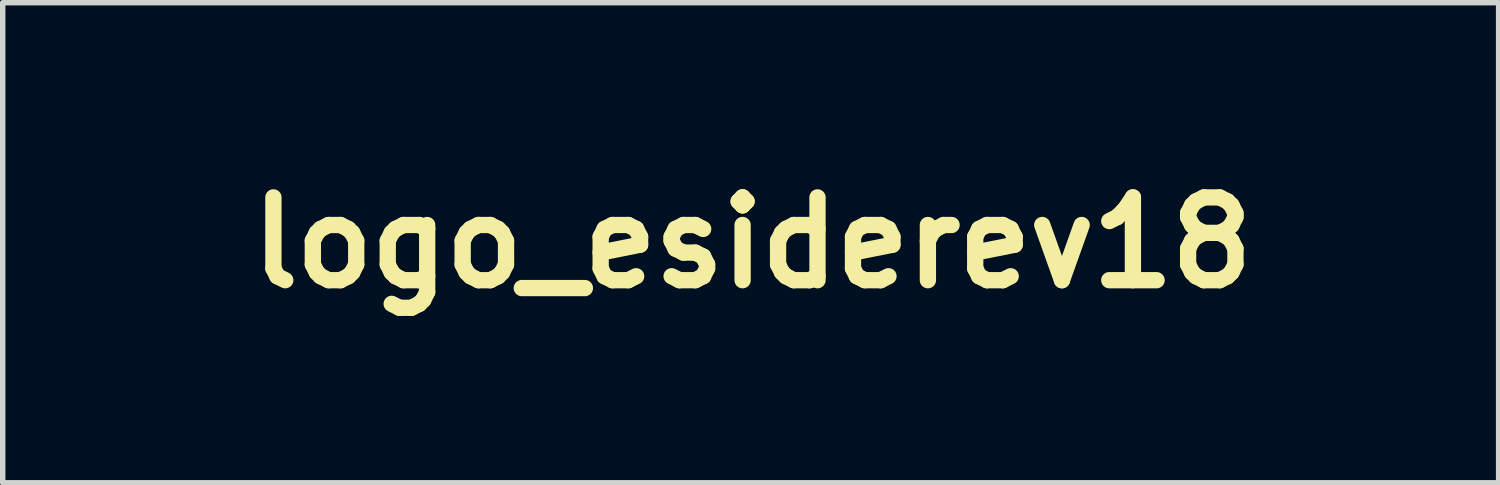
<source format=kicad_pcb>
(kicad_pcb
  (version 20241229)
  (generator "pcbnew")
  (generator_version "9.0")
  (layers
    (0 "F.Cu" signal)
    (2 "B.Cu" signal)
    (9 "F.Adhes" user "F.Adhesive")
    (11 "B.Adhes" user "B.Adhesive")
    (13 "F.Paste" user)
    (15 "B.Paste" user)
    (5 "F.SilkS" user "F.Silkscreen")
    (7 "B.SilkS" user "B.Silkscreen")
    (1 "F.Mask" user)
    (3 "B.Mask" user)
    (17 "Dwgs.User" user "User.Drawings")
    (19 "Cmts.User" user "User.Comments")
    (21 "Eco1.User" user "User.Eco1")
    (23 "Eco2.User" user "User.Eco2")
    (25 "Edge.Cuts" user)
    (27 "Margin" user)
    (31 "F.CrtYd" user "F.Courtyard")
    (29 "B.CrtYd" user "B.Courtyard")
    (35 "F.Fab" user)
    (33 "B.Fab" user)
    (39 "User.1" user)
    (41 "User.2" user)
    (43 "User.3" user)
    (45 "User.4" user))
  (footprint "logo_esiderev18"
    (layer "F.Cu")
    (at 10.8 1.418)
    (property "Reference" "logo_esiderev18" (at 0 0 0) (layer "F.SilkS") (effects (font (size 1.524 1.524) (thickness 0.3))))
    (attr through_hole)
    (fp_poly (pts (xy -6.223 -0.804) (xy -6.54 -0.804) (xy -6.54 -1.185) (xy -6.223 -1.185) (xy -6.223 -0.804)) (stroke (width 0.01) (type solid)) (fill yes) (layer "F.Mask"))
    (fp_poly (pts (xy -6.223 1.122) (xy -6.54 1.122) (xy -6.54 -0.55) (xy -6.223 -0.55) (xy -6.223 1.122)) (stroke (width 0.01) (type solid)) (fill yes) (layer "F.Mask"))
    (fp_poly (pts (xy 7.795 -1.012) (xy 7.936 -1.001) (xy 8.042 -0.98) (xy 8.122 -0.947) (xy 8.181 -0.898) (xy 8.218 -0.85) (xy 8.229 -0.831) (xy 8.238 -0.811) (xy 8.246 -0.787) (xy 8.252 -0.753) (xy 8.257 -0.708) (xy 8.261 -0.646) (xy 8.264 -0.563) (xy 8.266 -0.456) (xy 8.268 -0.32) (xy 8.269 -0.152) (xy 8.271 0.052) (xy 8.272 0.175) (xy 8.278 1.122) (xy 7.916 1.122) (xy 7.916 0.279) (xy 7.916 0.06) (xy 7.915 -0.12) (xy 7.914 -0.266) (xy 7.911 -0.38) (xy 7.908 -0.466) (xy 7.904 -0.528) (xy 7.898 -0.57) (xy 7.891 -0.595) (xy 7.887 -0.603) (xy 7.857 -0.628) (xy 7.805 -0.643) (xy 7.721 -0.652) (xy 7.718 -0.652) (xy 7.578 -0.661) (xy 7.578 -1.022) (xy 7.795 -1.012)) (stroke (width 0.01) (type solid)) (fill yes) (layer "F.Mask"))
    (fp_poly (pts (xy 4.27 -1.011) (xy 4.473 -1.005) (xy 4.795 -0.159) (xy 4.863 0.022) (xy 4.928 0.191) (xy 4.986 0.344) (xy 5.037 0.477) (xy 5.079 0.586) (xy 5.109 0.667) (xy 5.128 0.714) (xy 5.132 0.725) (xy 5.168 0.762) (xy 5.225 0.778) (xy 5.282 0.767) (xy 5.285 0.765) (xy 5.304 0.741) (xy 5.335 0.678) (xy 5.381 0.579) (xy 5.44 0.441) (xy 5.512 0.264) (xy 5.599 0.048) (xy 5.672 -0.136) (xy 6.02 -1.016) (xy 6.219 -1.016) (xy 6.312 -1.015) (xy 6.37 -1.012) (xy 6.4 -1.005) (xy 6.41 -0.993) (xy 6.408 -0.979) (xy 6.393 -0.937) (xy 6.365 -0.862) (xy 6.326 -0.759) (xy 6.276 -0.633) (xy 6.218 -0.488) (xy 6.155 -0.328) (xy 6.087 -0.16) (xy 6.017 0.013) (xy 5.947 0.186) (xy 5.879 0.354) (xy 5.813 0.512) (xy 5.754 0.656) (xy 5.702 0.781) (xy 5.659 0.883) (xy 5.627 0.956) (xy 5.608 0.996) (xy 5.605 1.001) (xy 5.529 1.073) (xy 5.422 1.12) (xy 5.282 1.141) (xy 5.227 1.143) (xy 5.127 1.139) (xy 5.051 1.126) (xy 4.984 1.1) (xy 4.975 1.095) (xy 4.91 1.056) (xy 4.858 1.011) (xy 4.844 0.995) (xy 4.829 0.965) (xy 4.801 0.899) (xy 4.761 0.802) (xy 4.712 0.678) (xy 4.654 0.53) (xy 4.589 0.362) (xy 4.519 0.179) (xy 4.446 -0.015) (xy 4.437 -0.038) (xy 4.068 -1.017) (xy 4.27 -1.011)) (stroke (width 0.01) (type solid)) (fill yes) (layer "F.Mask"))
    (fp_poly (pts (xy 0.355 -1.012) (xy 1.048 -1.005) (xy 1.169 -0.946) (xy 1.302 -0.859) (xy 1.402 -0.747) (xy 1.468 -0.611) (xy 1.498 -0.452) (xy 1.498 -0.331) (xy 1.47 -0.162) (xy 1.411 -0.016) (xy 1.322 0.104) (xy 1.205 0.194) (xy 1.169 0.214) (xy 1.111 0.241) (xy 1.072 0.261) (xy 1.062 0.266) (xy 1.07 0.285) (xy 1.097 0.335) (xy 1.139 0.411) (xy 1.194 0.508) (xy 1.258 0.621) (xy 1.293 0.681) (xy 1.362 0.8) (xy 1.424 0.907) (xy 1.475 0.996) (xy 1.514 1.062) (xy 1.535 1.1) (xy 1.539 1.106) (xy 1.523 1.113) (xy 1.474 1.118) (xy 1.4 1.121) (xy 1.348 1.122) (xy 1.148 1.122) (xy 0.907 0.714) (xy 0.666 0.307) (xy 0.354 0.301) (xy 0.042 0.295) (xy 0.042 1.122) (xy -0.343 1.122) (xy -0.335 0.63) (xy -0.333 0.47) (xy -0.33 0.347) (xy -0.326 0.255) (xy -0.321 0.188) (xy -0.314 0.14) (xy -0.304 0.106) (xy -0.292 0.079) (xy -0.288 0.071) (xy -0.265 0.036) (xy -0.24 0.008) (xy -0.208 -0.013) (xy -0.163 -0.029) (xy -0.102 -0.041) (xy -0.018 -0.049) (xy 0.093 -0.055) (xy 0.236 -0.059) (xy 0.413 -0.063) (xy 0.599 -0.067) (xy 0.746 -0.073) (xy 0.858 -0.078) (xy 0.938 -0.086) (xy 0.989 -0.094) (xy 1.013 -0.102) (xy 1.055 -0.143) (xy 1.096 -0.209) (xy 1.128 -0.283) (xy 1.142 -0.35) (xy 1.143 -0.354) (xy 1.13 -0.429) (xy 1.096 -0.51) (xy 1.05 -0.579) (xy 1.019 -0.607) (xy 1 -0.618) (xy 0.974 -0.627) (xy 0.938 -0.634) (xy 0.885 -0.639) (xy 0.812 -0.643) (xy 0.713 -0.646) (xy 0.584 -0.649) (xy 0.421 -0.651) (xy 0.312 -0.652) (xy -0.339 -0.658) (xy -0.339 -1.019) (xy 0.355 -1.012)) (stroke (width 0.01) (type solid)) (fill yes) (layer "F.Mask"))
    (fp_poly (pts (xy -3.942 -0.323) (xy -3.944 -0.079) (xy -3.947 0.125) (xy -3.95 0.296) (xy -3.954 0.436) (xy -3.961 0.549) (xy -3.97 0.64) (xy -3.981 0.713) (xy -3.996 0.77) (xy -4.015 0.817) (xy -4.038 0.857) (xy -4.066 0.894) (xy -4.099 0.932) (xy -4.102 0.936) (xy -4.159 0.993) (xy -4.215 1.037) (xy -4.279 1.068) (xy -4.358 1.09) (xy -4.458 1.104) (xy -4.587 1.111) (xy -4.731 1.115) (xy -4.914 1.115) (xy -5.06 1.111) (xy -5.167 1.101) (xy -5.207 1.094) (xy -5.365 1.04) (xy -5.493 0.957) (xy -5.594 0.843) (xy -5.64 0.763) (xy -5.697 0.613) (xy -5.729 0.444) (xy -5.737 0.277) (xy -5.407 0.277) (xy -5.4 0.412) (xy -5.376 0.534) (xy -5.348 0.607) (xy -5.304 0.677) (xy -5.249 0.729) (xy -5.178 0.765) (xy -5.084 0.787) (xy -4.961 0.798) (xy -4.803 0.799) (xy -4.784 0.799) (xy -4.657 0.795) (xy -4.565 0.789) (xy -4.5 0.78) (xy -4.452 0.766) (xy -4.427 0.755) (xy -4.379 0.723) (xy -4.342 0.684) (xy -4.315 0.631) (xy -4.296 0.558) (xy -4.284 0.46) (xy -4.278 0.332) (xy -4.276 0.168) (xy -4.276 0.153) (xy -4.276 -0.233) (xy -4.694 -0.232) (xy -4.864 -0.231) (xy -4.997 -0.226) (xy -5.1 -0.217) (xy -5.177 -0.201) (xy -5.234 -0.179) (xy -5.278 -0.147) (xy -5.314 -0.105) (xy -5.33 -0.081) (xy -5.372 0.017) (xy -5.397 0.14) (xy -5.407 0.277) (xy -5.737 0.277) (xy -5.737 0.266) (xy -5.723 0.088) (xy -5.685 -0.078) (xy -5.625 -0.223) (xy -5.591 -0.279) (xy -5.533 -0.352) (xy -5.467 -0.408) (xy -5.378 -0.46) (xy -5.367 -0.466) (xy -5.222 -0.54) (xy -4.749 -0.547) (xy -4.276 -0.554) (xy -4.276 -1.27) (xy -3.934 -1.27) (xy -3.942 -0.323)) (stroke (width 0.01) (type solid)) (fill yes) (layer "F.Mask"))
    (fp_poly (pts (xy -2.352 -0.548) (xy -2.259 -0.546) (xy -2.187 -0.54) (xy -2.13 -0.531) (xy -2.088 -0.52) (xy -1.959 -0.467) (xy -1.864 -0.392) (xy -1.8 -0.29) (xy -1.765 -0.16) (xy -1.757 -0.04) (xy -1.766 0.094) (xy -1.794 0.198) (xy -1.848 0.278) (xy -1.93 0.343) (xy -1.98 0.37) (xy -2.106 0.434) (xy -3.111 0.449) (xy -3.111 0.552) (xy -3.106 0.627) (xy -3.083 0.682) (xy -3.05 0.725) (xy -2.988 0.794) (xy -2.404 0.8) (xy -1.82 0.807) (xy -1.82 1.122) (xy -2.376 1.12) (xy -2.53 1.118) (xy -2.675 1.116) (xy -2.803 1.112) (xy -2.909 1.108) (xy -2.984 1.104) (xy -3.02 1.1) (xy -3.16 1.053) (xy -3.274 0.977) (xy -3.356 0.872) (xy -3.398 0.774) (xy -3.411 0.706) (xy -3.42 0.606) (xy -3.427 0.483) (xy -3.43 0.347) (xy -3.43 0.207) (xy -3.427 0.072) (xy -3.426 0.062) (xy -3.111 0.062) (xy -3.111 0.191) (xy -2.687 0.191) (xy -2.526 0.19) (xy -2.401 0.187) (xy -2.309 0.182) (xy -2.243 0.174) (xy -2.2 0.164) (xy -2.192 0.161) (xy -2.12 0.111) (xy -2.08 0.041) (xy -2.072 -0.04) (xy -2.098 -0.121) (xy -2.136 -0.171) (xy -2.198 -0.233) (xy -2.569 -0.233) (xy -2.734 -0.231) (xy -2.861 -0.226) (xy -2.949 -0.218) (xy -2.996 -0.208) (xy -3.058 -0.159) (xy -3.096 -0.078) (xy -3.111 0.037) (xy -3.111 0.062) (xy -3.426 0.062) (xy -3.42 -0.047) (xy -3.411 -0.142) (xy -3.4 -0.196) (xy -3.349 -0.318) (xy -3.274 -0.41) (xy -3.168 -0.481) (xy -3.168 -0.482) (xy -3.129 -0.501) (xy -3.094 -0.516) (xy -3.054 -0.526) (xy -3.003 -0.534) (xy -2.935 -0.539) (xy -2.842 -0.542) (xy -2.717 -0.545) (xy -2.631 -0.547) (xy -2.474 -0.549) (xy -2.352 -0.548)) (stroke (width 0.01) (type solid)) (fill yes) (layer "F.Mask"))
    (fp_poly (pts (xy -7.091 -0.235) (xy -7.622 -0.229) (xy -7.785 -0.227) (xy -7.912 -0.224) (xy -8.006 -0.222) (xy -8.074 -0.218) (xy -8.12 -0.213) (xy -8.151 -0.206) (xy -8.171 -0.196) (xy -8.185 -0.183) (xy -8.193 -0.172) (xy -8.223 -0.115) (xy -8.234 -0.052) (xy -8.23 0.014) (xy -8.214 0.064) (xy -8.181 0.1) (xy -8.127 0.124) (xy -8.045 0.139) (xy -7.932 0.146) (xy -7.782 0.149) (xy -7.775 0.149) (xy -7.612 0.151) (xy -7.485 0.158) (xy -7.385 0.17) (xy -7.305 0.19) (xy -7.238 0.217) (xy -7.19 0.246) (xy -7.109 0.319) (xy -7.057 0.413) (xy -7.033 0.535) (xy -7.032 0.66) (xy -7.04 0.753) (xy -7.053 0.818) (xy -7.075 0.871) (xy -7.103 0.915) (xy -7.173 0.989) (xy -7.261 1.052) (xy -7.271 1.057) (xy -7.303 1.073) (xy -7.334 1.086) (xy -7.368 1.095) (xy -7.412 1.102) (xy -7.47 1.108) (xy -7.549 1.111) (xy -7.654 1.114) (xy -7.79 1.116) (xy -7.953 1.118) (xy -8.53 1.125) (xy -8.53 0.804) (xy -8.025 0.804) (xy -7.843 0.804) (xy -7.699 0.801) (xy -7.588 0.796) (xy -7.505 0.787) (xy -7.445 0.775) (xy -7.405 0.759) (xy -7.378 0.738) (xy -7.366 0.719) (xy -7.346 0.648) (xy -7.351 0.566) (xy -7.377 0.495) (xy -7.385 0.484) (xy -7.402 0.466) (xy -7.422 0.452) (xy -7.452 0.443) (xy -7.499 0.436) (xy -7.569 0.431) (xy -7.669 0.426) (xy -7.793 0.422) (xy -7.96 0.415) (xy -8.091 0.405) (xy -8.193 0.391) (xy -8.272 0.371) (xy -8.336 0.344) (xy -8.39 0.308) (xy -8.426 0.276) (xy -8.499 0.179) (xy -8.542 0.061) (xy -8.555 -0.066) (xy -8.538 -0.195) (xy -8.491 -0.315) (xy -8.417 -0.415) (xy -8.375 -0.453) (xy -8.331 -0.483) (xy -8.28 -0.506) (xy -8.216 -0.524) (xy -8.133 -0.536) (xy -8.028 -0.544) (xy -7.894 -0.548) (xy -7.726 -0.55) (xy -7.598 -0.55) (xy -7.091 -0.55) (xy -7.091 -0.235)) (stroke (width 0.01) (type solid)) (fill yes) (layer "F.Mask"))
    (fp_poly (pts (xy -9.017 -0.656) (xy -9.594 -0.655) (xy -9.806 -0.654) (xy -9.976 -0.65) (xy -10.105 -0.645) (xy -10.194 -0.638) (xy -10.244 -0.629) (xy -10.244 -0.629) (xy -10.324 -0.581) (xy -10.38 -0.51) (xy -10.409 -0.425) (xy -10.41 -0.336) (xy -10.382 -0.252) (xy -10.325 -0.184) (xy -10.303 -0.169) (xy -10.281 -0.157) (xy -10.255 -0.147) (xy -10.22 -0.14) (xy -10.172 -0.135) (xy -10.106 -0.131) (xy -10.015 -0.129) (xy -9.895 -0.128) (xy -9.741 -0.127) (xy -9.636 -0.127) (xy -9.038 -0.127) (xy -9.038 0.209) (xy -9.65 0.216) (xy -9.828 0.218) (xy -9.968 0.22) (xy -10.076 0.222) (xy -10.157 0.226) (xy -10.215 0.231) (xy -10.256 0.237) (xy -10.285 0.245) (xy -10.307 0.256) (xy -10.323 0.267) (xy -10.384 0.337) (xy -10.417 0.426) (xy -10.419 0.522) (xy -10.391 0.612) (xy -10.345 0.672) (xy -10.312 0.697) (xy -10.269 0.718) (xy -10.212 0.733) (xy -10.135 0.745) (xy -10.034 0.753) (xy -9.904 0.758) (xy -9.742 0.761) (xy -9.562 0.761) (xy -9.017 0.762) (xy -9.017 1.122) (xy -9.604 1.119) (xy -9.764 1.118) (xy -9.916 1.116) (xy -10.053 1.112) (xy -10.167 1.108) (xy -10.253 1.103) (xy -10.303 1.098) (xy -10.445 1.059) (xy -10.571 0.994) (xy -10.674 0.909) (xy -10.747 0.808) (xy -10.774 0.741) (xy -10.785 0.681) (xy -10.792 0.598) (xy -10.795 0.517) (xy -10.782 0.375) (xy -10.74 0.261) (xy -10.667 0.167) (xy -10.597 0.112) (xy -10.542 0.074) (xy -10.517 0.051) (xy -10.519 0.036) (xy -10.543 0.021) (xy -10.546 0.02) (xy -10.653 -0.058) (xy -10.731 -0.164) (xy -10.778 -0.295) (xy -10.792 -0.446) (xy -10.79 -0.484) (xy -10.763 -0.637) (xy -10.705 -0.763) (xy -10.614 -0.864) (xy -10.612 -0.865) (xy -10.566 -0.901) (xy -10.523 -0.93) (xy -10.476 -0.953) (xy -10.421 -0.971) (xy -10.352 -0.984) (xy -10.266 -0.994) (xy -10.156 -1.001) (xy -10.018 -1.005) (xy -9.847 -1.009) (xy -9.678 -1.011) (xy -9.017 -1.019) (xy -9.017 -0.656)) (stroke (width 0.01) (type solid)) (fill yes) (layer "F.Mask"))
    (fp_poly (pts (xy 3.704 -0.656) (xy 3.127 -0.655) (xy 2.916 -0.654) (xy 2.745 -0.65) (xy 2.616 -0.645) (xy 2.527 -0.638) (xy 2.478 -0.629) (xy 2.477 -0.629) (xy 2.397 -0.581) (xy 2.342 -0.51) (xy 2.313 -0.425) (xy 2.311 -0.336) (xy 2.339 -0.252) (xy 2.396 -0.184) (xy 2.418 -0.169) (xy 2.44 -0.157) (xy 2.466 -0.147) (xy 2.501 -0.14) (xy 2.549 -0.135) (xy 2.615 -0.131) (xy 2.706 -0.129) (xy 2.826 -0.128) (xy 2.98 -0.127) (xy 3.085 -0.127) (xy 3.683 -0.127) (xy 3.683 0.209) (xy 3.071 0.216) (xy 2.893 0.218) (xy 2.753 0.22) (xy 2.645 0.222) (xy 2.564 0.226) (xy 2.506 0.231) (xy 2.465 0.237) (xy 2.436 0.245) (xy 2.415 0.256) (xy 2.399 0.267) (xy 2.337 0.337) (xy 2.304 0.426) (xy 2.302 0.522) (xy 2.33 0.612) (xy 2.376 0.672) (xy 2.409 0.697) (xy 2.452 0.718) (xy 2.51 0.733) (xy 2.586 0.745) (xy 2.687 0.753) (xy 2.817 0.758) (xy 2.98 0.761) (xy 3.159 0.761) (xy 3.704 0.762) (xy 3.704 1.122) (xy 3.117 1.119) (xy 2.957 1.118) (xy 2.805 1.116) (xy 2.669 1.112) (xy 2.554 1.108) (xy 2.468 1.103) (xy 2.418 1.098) (xy 2.276 1.059) (xy 2.15 0.994) (xy 2.047 0.909) (xy 1.974 0.808) (xy 1.947 0.741) (xy 1.936 0.681) (xy 1.929 0.598) (xy 1.926 0.517) (xy 1.939 0.375) (xy 1.981 0.261) (xy 2.055 0.167) (xy 2.124 0.112) (xy 2.179 0.074) (xy 2.204 0.051) (xy 2.202 0.036) (xy 2.178 0.021) (xy 2.176 0.02) (xy 2.068 -0.058) (xy 1.99 -0.164) (xy 1.943 -0.295) (xy 1.929 -0.446) (xy 1.931 -0.484) (xy 1.958 -0.637) (xy 2.017 -0.763) (xy 2.108 -0.864) (xy 2.11 -0.865) (xy 2.155 -0.901) (xy 2.199 -0.93) (xy 2.245 -0.953) (xy 2.3 -0.971) (xy 2.369 -0.984) (xy 2.455 -0.994) (xy 2.565 -1.001) (xy 2.703 -1.005) (xy 2.874 -1.009) (xy 3.043 -1.011) (xy 3.704 -1.019) (xy 3.704 -0.656)) (stroke (width 0.01) (type solid)) (fill yes) (layer "F.Mask"))
    (fp_poly (pts (xy 10.418 -0.938) (xy 10.544 -0.862) (xy 10.635 -0.766) (xy 10.695 -0.646) (xy 10.711 -0.59) (xy 10.729 -0.44) (xy 10.713 -0.298) (xy 10.664 -0.17) (xy 10.586 -0.063) (xy 10.531 -0.017) (xy 10.439 0.048) (xy 10.536 0.114) (xy 10.622 0.187) (xy 10.68 0.275) (xy 10.715 0.385) (xy 10.728 0.512) (xy 10.721 0.671) (xy 10.68 0.803) (xy 10.606 0.912) (xy 10.495 1.001) (xy 10.368 1.063) (xy 10.324 1.079) (xy 10.277 1.091) (xy 10.221 1.099) (xy 10.148 1.105) (xy 10.051 1.109) (xy 9.923 1.112) (xy 9.832 1.113) (xy 9.694 1.114) (xy 9.563 1.113) (xy 9.447 1.11) (xy 9.356 1.106) (xy 9.299 1.1) (xy 9.297 1.099) (xy 9.148 1.057) (xy 9.019 0.988) (xy 8.916 0.897) (xy 8.847 0.788) (xy 8.829 0.742) (xy 8.817 0.678) (xy 8.808 0.592) (xy 8.805 0.515) (xy 8.809 0.481) (xy 9.165 0.481) (xy 9.17 0.556) (xy 9.188 0.61) (xy 9.224 0.657) (xy 9.281 0.705) (xy 9.346 0.738) (xy 9.356 0.741) (xy 9.401 0.747) (xy 9.48 0.751) (xy 9.584 0.755) (xy 9.704 0.756) (xy 9.8 0.755) (xy 9.94 0.753) (xy 10.045 0.75) (xy 10.121 0.744) (xy 10.175 0.737) (xy 10.214 0.725) (xy 10.239 0.714) (xy 10.31 0.654) (xy 10.355 0.573) (xy 10.371 0.482) (xy 10.36 0.391) (xy 10.322 0.31) (xy 10.256 0.249) (xy 10.245 0.244) (xy 10.198 0.231) (xy 10.118 0.221) (xy 10.012 0.214) (xy 9.89 0.21) (xy 9.76 0.209) (xy 9.63 0.21) (xy 9.51 0.215) (xy 9.407 0.222) (xy 9.33 0.232) (xy 9.292 0.243) (xy 9.221 0.295) (xy 9.18 0.366) (xy 9.165 0.463) (xy 9.165 0.481) (xy 8.809 0.481) (xy 8.819 0.372) (xy 8.862 0.256) (xy 8.937 0.163) (xy 8.999 0.114) (xy 9.096 0.049) (xy 8.999 -0.023) (xy 8.918 -0.091) (xy 8.864 -0.16) (xy 8.833 -0.24) (xy 8.818 -0.342) (xy 8.817 -0.4) (xy 9.169 -0.4) (xy 9.177 -0.305) (xy 9.195 -0.258) (xy 9.225 -0.21) (xy 9.263 -0.173) (xy 9.313 -0.146) (xy 9.383 -0.128) (xy 9.477 -0.117) (xy 9.601 -0.112) (xy 9.76 -0.112) (xy 9.8 -0.112) (xy 9.941 -0.114) (xy 10.045 -0.118) (xy 10.122 -0.123) (xy 10.176 -0.131) (xy 10.215 -0.143) (xy 10.239 -0.154) (xy 10.307 -0.206) (xy 10.345 -0.275) (xy 10.357 -0.371) (xy 10.357 -0.383) (xy 10.338 -0.491) (xy 10.288 -0.574) (xy 10.209 -0.627) (xy 10.157 -0.639) (xy 10.072 -0.648) (xy 9.963 -0.654) (xy 9.84 -0.658) (xy 9.711 -0.658) (xy 9.587 -0.655) (xy 9.475 -0.649) (xy 9.387 -0.64) (xy 9.329 -0.628) (xy 9.325 -0.626) (xy 9.247 -0.573) (xy 9.194 -0.493) (xy 9.169 -0.4) (xy 8.817 -0.4) (xy 8.816 -0.434) (xy 8.824 -0.572) (xy 8.849 -0.681) (xy 8.896 -0.769) (xy 8.968 -0.848) (xy 8.989 -0.866) (xy 9.043 -0.907) (xy 9.097 -0.939) (xy 9.156 -0.964) (xy 9.227 -0.981) (xy 9.316 -0.993) (xy 9.429 -1.001) (xy 9.571 -1.004) (xy 9.749 -1.005) (xy 9.779 -1.005) (xy 10.276 -1.005) (xy 10.418 -0.938)) (stroke (width 0.01) (type solid)) (fill yes) (layer "F.Mask")))
  (gr_rect
    (start -3 -3)
    (end 24.534 5.836)
    (stroke (width 0.1) (type default))
    (fill no)
    (layer "Edge.Cuts")))
</source>
